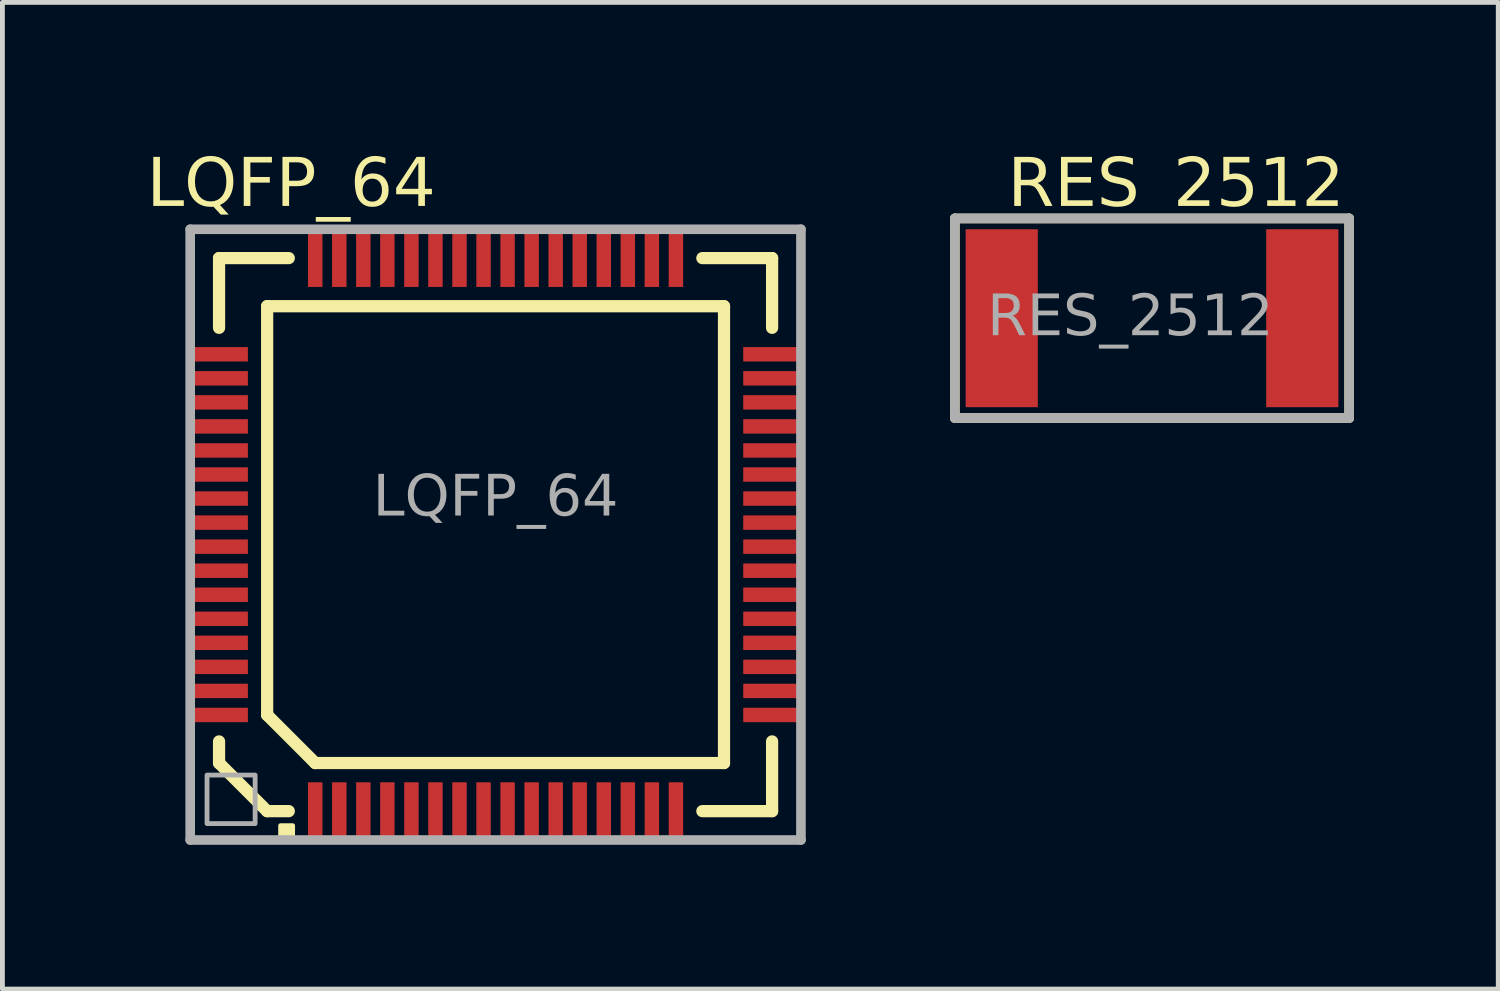
<source format=kicad_pcb>
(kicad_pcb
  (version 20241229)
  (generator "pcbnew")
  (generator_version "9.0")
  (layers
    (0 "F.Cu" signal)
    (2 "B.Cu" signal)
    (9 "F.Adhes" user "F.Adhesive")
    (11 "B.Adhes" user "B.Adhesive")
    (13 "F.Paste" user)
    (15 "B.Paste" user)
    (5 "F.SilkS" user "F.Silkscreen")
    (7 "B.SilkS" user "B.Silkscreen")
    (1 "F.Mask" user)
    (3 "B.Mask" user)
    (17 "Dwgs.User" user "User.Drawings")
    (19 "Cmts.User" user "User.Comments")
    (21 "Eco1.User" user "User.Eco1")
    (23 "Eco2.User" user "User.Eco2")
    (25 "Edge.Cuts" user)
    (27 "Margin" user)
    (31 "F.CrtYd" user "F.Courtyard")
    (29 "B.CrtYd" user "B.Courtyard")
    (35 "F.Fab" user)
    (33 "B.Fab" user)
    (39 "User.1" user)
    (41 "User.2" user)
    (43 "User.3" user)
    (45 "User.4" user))
  (footprint "RES_2512"
    (layer "F.Cu")
    (at 20.905 3.567)
    (property "Reference" "RES_2512" (at 0.5 -2.75 0) (unlocked yes) (layer "F.SilkS") (effects (font (face "Calibri") (size 1 1) (thickness 0.127))))
    (attr smd)
    (fp_line (start -4.1 -2.075) (end 4.1 -2.075) (stroke (width 0.2) (type default)) (layer "F.SilkS"))
    (fp_line (start -4.1 2.075) (end -4.1 -2.075) (stroke (width 0.2) (type default)) (layer "F.SilkS"))
    (fp_line (start 4.1 -2.075) (end 4.1 2.075) (stroke (width 0.2) (type default)) (layer "F.SilkS"))
    (fp_line (start 4.1 2.075) (end -4.1 2.075) (stroke (width 0.2) (type default)) (layer "F.SilkS"))
    (fp_line (start -4.1 -2.075) (end 4.1 -2.075) (stroke (width 0.2) (type default)) (layer "F.Fab"))
    (fp_line (start -4.1 2.075) (end -4.1 -2.075) (stroke (width 0.2) (type default)) (layer "F.Fab"))
    (fp_line (start 4.1 -2.075) (end 4.1 2.075) (stroke (width 0.2) (type default)) (layer "F.Fab"))
    (fp_line (start 4.1 2.075) (end -4.1 2.075) (stroke (width 0.2) (type default)) (layer "F.Fab"))
    (fp_text user "${REFERENCE}" (at -0.45 0 0) (unlocked yes) (layer "F.Fab") (effects (font (face "Calibri") (size 0.85 0.85) (thickness 0.15))))
    (pad "1" smd rect (at -3.125 0 180) (size 1.5 3.7) (layers "F.Cu" "F.Mask" "F.Paste"))
    (pad "2" smd rect (at 3.125 0 180) (size 1.5 3.7) (layers "F.Cu" "F.Mask" "F.Paste")))
  (footprint "LQFP_64"
    (layer "F.Cu")
    (at 7.255 8.067)
    (property "Reference" "LQFP_64" (at -4.25 -7.25 0) (unlocked yes) (layer "F.SilkS") (effects (font (face "Calibri") (size 1 1) (thickness 0.127))))
    (attr smd)
    (fp_line (start -5.75 -5.75) (end -5.75 -4.3) (stroke (width 0.254) (type default)) (layer "F.SilkS"))
    (fp_line (start -5.75 4.75) (end -5.75 4.3) (stroke (width 0.254) (type default)) (layer "F.SilkS"))
    (fp_line (start -4.75 3.75) (end -4.75 -4.75) (stroke (width 0.254) (type default)) (layer "F.SilkS"))
    (fp_line (start -4.75 5.75) (end -5.75 4.75) (stroke (width 0.254) (type default)) (layer "F.SilkS"))
    (fp_line (start -4.3 -5.75) (end -5.75 -5.75) (stroke (width 0.254) (type default)) (layer "F.SilkS"))
    (fp_line (start -4.3 5.75) (end -4.75 5.75) (stroke (width 0.254) (type default)) (layer "F.SilkS"))
    (fp_line (start -3.75 4.75) (end -4.75 3.75) (stroke (width 0.254) (type default)) (layer "F.SilkS"))
    (fp_line (start 4.3 5.75) (end 5.75 5.75) (stroke (width 0.254) (type default)) (layer "F.SilkS"))
    (fp_line (start 4.75 -4.75) (end -4.75 -4.75) (stroke (width 0.254) (type default)) (layer "F.SilkS"))
    (fp_line (start 4.75 4.75) (end -3.75 4.75) (stroke (width 0.254) (type default)) (layer "F.SilkS"))
    (fp_line (start 4.75 4.75) (end 4.75 -4.75) (stroke (width 0.254) (type default)) (layer "F.SilkS"))
    (fp_line (start 5.75 -5.75) (end 4.3 -5.75) (stroke (width 0.254) (type default)) (layer "F.SilkS"))
    (fp_line (start 5.75 -4.3) (end 5.75 -5.75) (stroke (width 0.254) (type default)) (layer "F.SilkS"))
    (fp_line (start 5.75 5.75) (end 5.75 4.3) (stroke (width 0.254) (type default)) (layer "F.SilkS"))
    (fp_rect (start -4.22 6.052) (end -4.47 6.302) (stroke (width 0.1) (type default)) (fill yes) (layer "F.SilkS"))
    (fp_line (start -6.35 6.35) (end -6.35 -6.35) (stroke (width 0.2) (type default)) (layer "F.Fab"))
    (fp_line (start 6.35 -6.35) (end -6.35 -6.35) (stroke (width 0.2) (type default)) (layer "F.Fab"))
    (fp_line (start 6.35 6.35) (end -6.35 6.35) (stroke (width 0.2) (type default)) (layer "F.Fab"))
    (fp_line (start 6.35 6.35) (end 6.35 -6.35) (stroke (width 0.2) (type default)) (layer "F.Fab"))
    (fp_rect (start -6 5) (end -5 6.009) (stroke (width 0.1) (type default)) (fill no) (layer "F.Fab"))
    (fp_text user "${REFERENCE}" (at 0 -0.75 0) (unlocked yes) (layer "F.Fab") (effects (font (face "Calibri") (size 0.85 0.85) (thickness 0.15))))
    (pad "1" smd rect (at -3.75 5.75 90) (size 1.2 0.3) (layers "F.Cu" "F.Mask" "F.Paste"))
    (pad "2" smd rect (at -3.25 5.75 90) (size 1.2 0.3) (layers "F.Cu" "F.Mask" "F.Paste"))
    (pad "3" smd rect (at -2.75 5.75 90) (size 1.2 0.3) (layers "F.Cu" "F.Mask" "F.Paste"))
    (pad "4" smd rect (at -2.25 5.75 90) (size 1.2 0.3) (layers "F.Cu" "F.Mask" "F.Paste"))
    (pad "5" smd rect (at -1.75 5.75 270) (size 1.2 0.3) (layers "F.Cu" "F.Mask" "F.Paste"))
    (pad "6" smd rect (at -1.25 5.75 270) (size 1.2 0.3) (layers "F.Cu" "F.Mask" "F.Paste"))
    (pad "7" smd rect (at -0.75 5.75 270) (size 1.2 0.3) (layers "F.Cu" "F.Mask" "F.Paste"))
    (pad "8" smd rect (at -0.25 5.75 270) (size 1.2 0.3) (layers "F.Cu" "F.Mask" "F.Paste"))
    (pad "9" smd rect (at 0.25 5.75 90) (size 1.2 0.3) (layers "F.Cu" "F.Mask" "F.Paste"))
    (pad "10" smd rect (at 0.75 5.75 90) (size 1.2 0.3) (layers "F.Cu" "F.Mask" "F.Paste"))
    (pad "11" smd rect (at 1.25 5.75 90) (size 1.2 0.3) (layers "F.Cu" "F.Mask" "F.Paste"))
    (pad "12" smd rect (at 1.75 5.75 90) (size 1.2 0.3) (layers "F.Cu" "F.Mask" "F.Paste"))
    (pad "13" smd rect (at 2.25 5.75 270) (size 1.2 0.3) (layers "F.Cu" "F.Mask" "F.Paste"))
    (pad "14" smd rect (at 2.75 5.75 270) (size 1.2 0.3) (layers "F.Cu" "F.Mask" "F.Paste"))
    (pad "15" smd rect (at 3.25 5.75 270) (size 1.2 0.3) (layers "F.Cu" "F.Mask" "F.Paste"))
    (pad "16" smd rect (at 3.75 5.75 270) (size 1.2 0.3) (layers "F.Cu" "F.Mask" "F.Paste"))
    (pad "17" smd rect (at 5.75 3.75 180) (size 1.2 0.3) (layers "F.Cu" "F.Mask" "F.Paste"))
    (pad "18" smd rect (at 5.75 3.25 180) (size 1.2 0.3) (layers "F.Cu" "F.Mask" "F.Paste"))
    (pad "19" smd rect (at 5.75 2.75 180) (size 1.2 0.3) (layers "F.Cu" "F.Mask" "F.Paste"))
    (pad "20" smd rect (at 5.75 2.25 180) (size 1.2 0.3) (layers "F.Cu" "F.Mask" "F.Paste"))
    (pad "21" smd rect (at 5.75 1.75) (size 1.2 0.3) (layers "F.Cu" "F.Mask" "F.Paste"))
    (pad "22" smd rect (at 5.75 1.25) (size 1.2 0.3) (layers "F.Cu" "F.Mask" "F.Paste"))
    (pad "23" smd rect (at 5.75 0.75) (size 1.2 0.3) (layers "F.Cu" "F.Mask" "F.Paste"))
    (pad "24" smd rect (at 5.75 0.25) (size 1.2 0.3) (layers "F.Cu" "F.Mask" "F.Paste"))
    (pad "25" smd rect (at 5.75 -0.25 180) (size 1.2 0.3) (layers "F.Cu" "F.Mask" "F.Paste"))
    (pad "26" smd rect (at 5.75 -0.75 180) (size 1.2 0.3) (layers "F.Cu" "F.Mask" "F.Paste"))
    (pad "27" smd rect (at 5.75 -1.25 180) (size 1.2 0.3) (layers "F.Cu" "F.Mask" "F.Paste"))
    (pad "28" smd rect (at 5.75 -1.75 180) (size 1.2 0.3) (layers "F.Cu" "F.Mask" "F.Paste"))
    (pad "29" smd rect (at 5.75 -2.25) (size 1.2 0.3) (layers "F.Cu" "F.Mask" "F.Paste"))
    (pad "30" smd rect (at 5.75 -2.75) (size 1.2 0.3) (layers "F.Cu" "F.Mask" "F.Paste"))
    (pad "31" smd rect (at 5.75 -3.25) (size 1.2 0.3) (layers "F.Cu" "F.Mask" "F.Paste"))
    (pad "32" smd rect (at 5.75 -3.75) (size 1.2 0.3) (layers "F.Cu" "F.Mask" "F.Paste"))
    (pad "33" smd rect (at 3.75 -5.75 270) (size 1.2 0.3) (layers "F.Cu" "F.Mask" "F.Paste"))
    (pad "34" smd rect (at 3.25 -5.75 270) (size 1.2 0.3) (layers "F.Cu" "F.Mask" "F.Paste"))
    (pad "35" smd rect (at 2.75 -5.75 270) (size 1.2 0.3) (layers "F.Cu" "F.Mask" "F.Paste"))
    (pad "36" smd rect (at 2.25 -5.75 270) (size 1.2 0.3) (layers "F.Cu" "F.Mask" "F.Paste"))
    (pad "37" smd rect (at 1.75 -5.75 90) (size 1.2 0.3) (layers "F.Cu" "F.Mask" "F.Paste"))
    (pad "38" smd rect (at 1.25 -5.75 90) (size 1.2 0.3) (layers "F.Cu" "F.Mask" "F.Paste"))
    (pad "39" smd rect (at 0.75 -5.75 90) (size 1.2 0.3) (layers "F.Cu" "F.Mask" "F.Paste"))
    (pad "40" smd rect (at 0.25 -5.75 90) (size 1.2 0.3) (layers "F.Cu" "F.Mask" "F.Paste"))
    (pad "41" smd rect (at -0.25 -5.75 270) (size 1.2 0.3) (layers "F.Cu" "F.Mask" "F.Paste"))
    (pad "42" smd rect (at -0.75 -5.75 270) (size 1.2 0.3) (layers "F.Cu" "F.Mask" "F.Paste"))
    (pad "43" smd rect (at -1.25 -5.75 270) (size 1.2 0.3) (layers "F.Cu" "F.Mask" "F.Paste"))
    (pad "44" smd rect (at -1.75 -5.75 270) (size 1.2 0.3) (layers "F.Cu" "F.Mask" "F.Paste"))
    (pad "45" smd rect (at -2.25 -5.75 90) (size 1.2 0.3) (layers "F.Cu" "F.Mask" "F.Paste"))
    (pad "46" smd rect (at -2.75 -5.75 90) (size 1.2 0.3) (layers "F.Cu" "F.Mask" "F.Paste"))
    (pad "47" smd rect (at -3.25 -5.75 90) (size 1.2 0.3) (layers "F.Cu" "F.Mask" "F.Paste"))
    (pad "48" smd rect (at -3.75 -5.75 90) (size 1.2 0.3) (layers "F.Cu" "F.Mask" "F.Paste"))
    (pad "49" smd rect (at -5.75 -3.75) (size 1.2 0.3) (layers "F.Cu" "F.Mask" "F.Paste"))
    (pad "50" smd rect (at -5.75 -3.25) (size 1.2 0.3) (layers "F.Cu" "F.Mask" "F.Paste"))
    (pad "51" smd rect (at -5.75 -2.75) (size 1.2 0.3) (layers "F.Cu" "F.Mask" "F.Paste"))
    (pad "52" smd rect (at -5.75 -2.25) (size 1.2 0.3) (layers "F.Cu" "F.Mask" "F.Paste"))
    (pad "53" smd rect (at -5.75 -1.75 180) (size 1.2 0.3) (layers "F.Cu" "F.Mask" "F.Paste"))
    (pad "54" smd rect (at -5.75 -1.25 180) (size 1.2 0.3) (layers "F.Cu" "F.Mask" "F.Paste"))
    (pad "55" smd rect (at -5.75 -0.75 180) (size 1.2 0.3) (layers "F.Cu" "F.Mask" "F.Paste"))
    (pad "56" smd rect (at -5.75 -0.25 180) (size 1.2 0.3) (layers "F.Cu" "F.Mask" "F.Paste"))
    (pad "57" smd rect (at -5.75 0.25) (size 1.2 0.3) (layers "F.Cu" "F.Mask" "F.Paste"))
    (pad "58" smd rect (at -5.75 0.75) (size 1.2 0.3) (layers "F.Cu" "F.Mask" "F.Paste"))
    (pad "59" smd rect (at -5.75 1.25) (size 1.2 0.3) (layers "F.Cu" "F.Mask" "F.Paste"))
    (pad "60" smd rect (at -5.75 1.75) (size 1.2 0.3) (layers "F.Cu" "F.Mask" "F.Paste"))
    (pad "61" smd rect (at -5.75 2.25 180) (size 1.2 0.3) (layers "F.Cu" "F.Mask" "F.Paste"))
    (pad "62" smd rect (at -5.75 2.75 180) (size 1.2 0.3) (layers "F.Cu" "F.Mask" "F.Paste"))
    (pad "63" smd rect (at -5.75 3.25 180) (size 1.2 0.3) (layers "F.Cu" "F.Mask" "F.Paste"))
    (pad "64" smd rect (at -5.75 3.75 180) (size 1.2 0.3) (layers "F.Cu" "F.Mask" "F.Paste")))
  (gr_rect
    (start -3 -3)
    (end 28.105 17.517)
    (stroke (width 0.1) (type default))
    (fill no)
    (layer "Edge.Cuts")))
</source>
